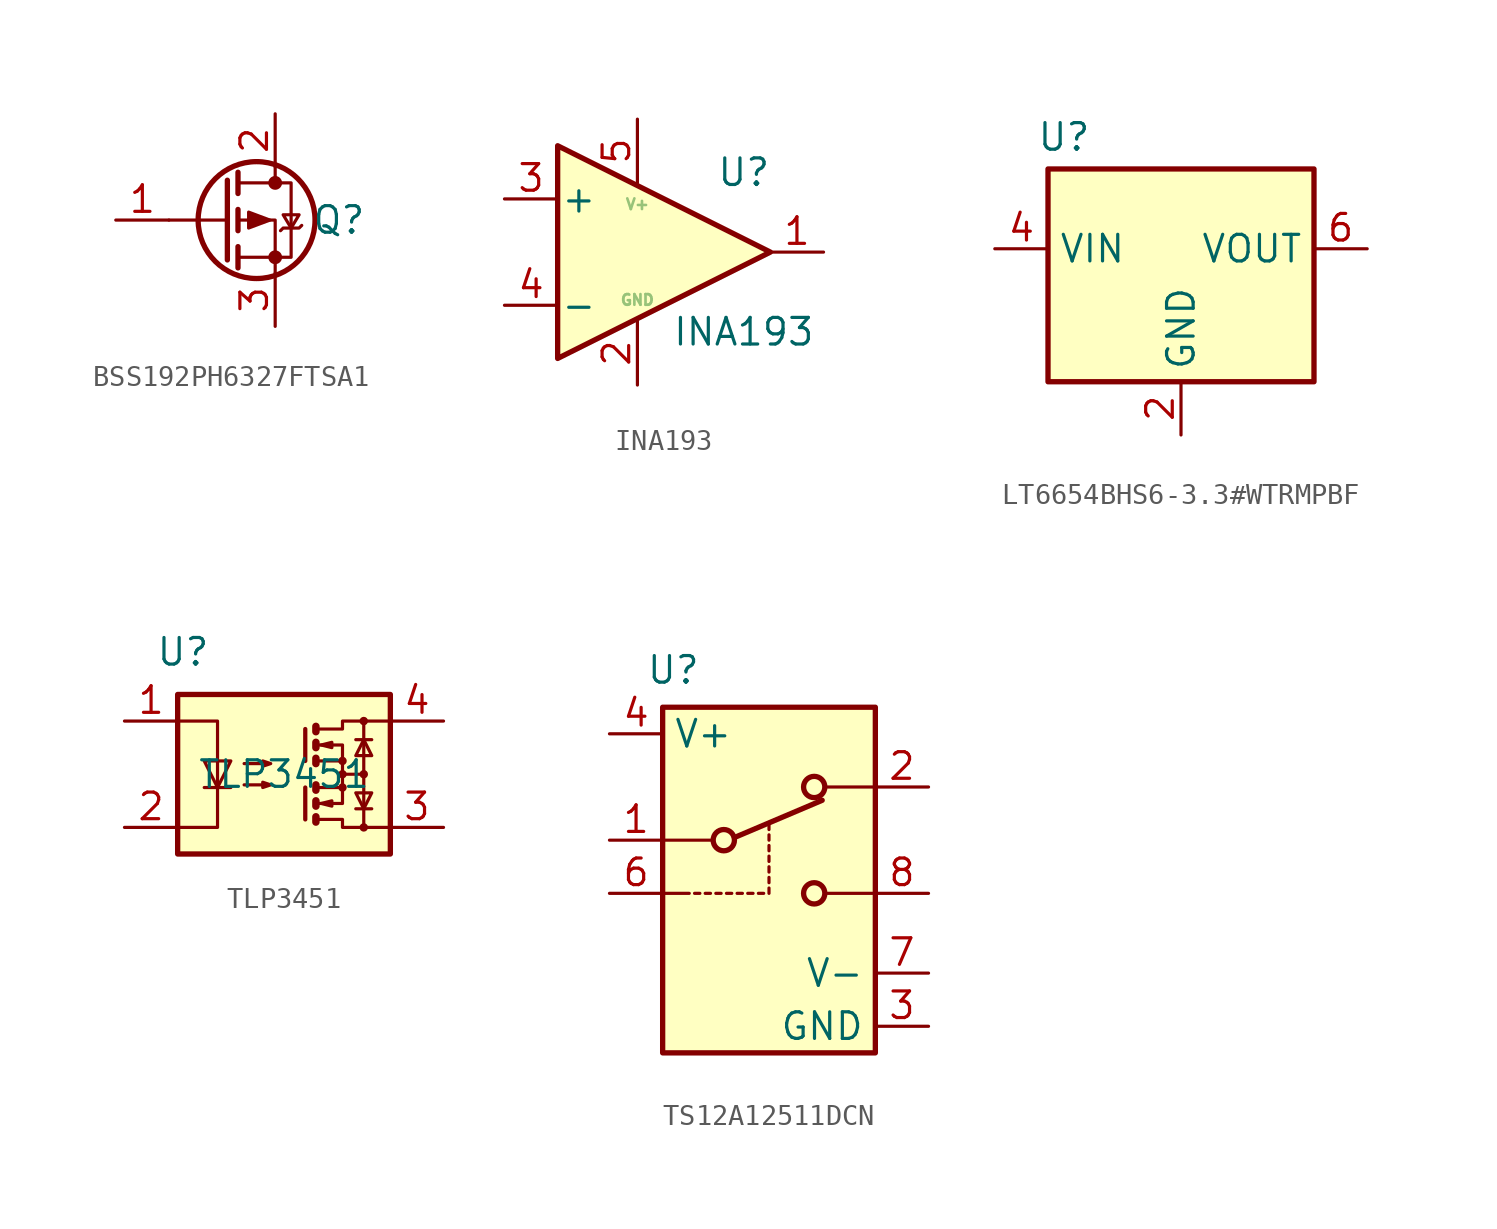
<source format=kicad_sym>
(kicad_symbol_lib
  (version 20241209)
  (generator "kicad_symbol_editor")
  (generator_version "9.0")
  (symbol "BSS192PH6327FTSA1"
    (property "Reference" "Q"
      (at 3.048 0 0)
      (effects (font (size 1.27 1.27))))
    (symbol "BSS192PH6327FTSA1_0_1"
      (polyline (pts (xy -2.286 1.905) (xy -2.286 -1.905)) (stroke (width 0.254) (type default)) (fill (type none)))
      (polyline (pts (xy -2.286 0) (xy -5.08 0)) (stroke (width 0) (type default)) (fill (type none)))
      (polyline (pts (xy -1.778 2.286) (xy -1.778 1.27)) (stroke (width 0.254) (type default)) (fill (type none)))
      (polyline (pts (xy -1.778 1.778) (xy 0.762 1.778) (xy 0.762 -1.778) (xy -1.778 -1.778)) (stroke (width 0) (type default)) (fill (type none)))
      (polyline (pts (xy -1.778 0.508) (xy -1.778 -0.508)) (stroke (width 0.254) (type default)) (fill (type none)))
      (polyline (pts (xy -1.778 -1.27) (xy -1.778 -2.286)) (stroke (width 0.254) (type default)) (fill (type none)))
      (circle (center -0.889 0) (radius 2.794) (stroke (width 0.254) (type default)) (fill (type none)))
      (polyline (pts (xy -0.254 0) (xy -1.27 0.381) (xy -1.27 -0.381) (xy -0.254 0)) (stroke (width 0) (type default)) (fill (type outline)))
      (polyline (pts (xy 0 2.54) (xy 0 1.778)) (stroke (width 0) (type default)) (fill (type none)))
      (circle (center 0 1.778) (radius 0.254) (stroke (width 0) (type default)) (fill (type outline)))
      (circle (center 0 -1.778) (radius 0.254) (stroke (width 0) (type default)) (fill (type outline)))
      (polyline (pts (xy 0 -2.54) (xy 0 0) (xy -1.778 0)) (stroke (width 0) (type default)) (fill (type none)))
      (polyline (pts (xy 0.254 -0.508) (xy 0.381 -0.381) (xy 1.143 -0.381) (xy 1.27 -0.254)) (stroke (width 0) (type default)) (fill (type none)))
      (polyline (pts (xy 0.762 -0.381) (xy 0.381 0.254) (xy 1.143 0.254) (xy 0.762 -0.381)) (stroke (width 0) (type default)) (fill (type none))))
    (symbol "BSS192PH6327FTSA1_1_1"
      (pin input line (at -7.62 0 0) (length 2.54) (name "" (effects (font (size 1.27 1.27)))) (number "1" (effects (font (size 1.27 1.27)))))
      (pin passive line (at 0 5.08 270) (length 2.54) (name "" (effects (font (size 1.27 1.27)))) (number "2" (effects (font (size 1.27 1.27)))))
      (pin passive line (at 0 -5.08 90) (length 2.54) (name "" (effects (font (size 1.27 1.27)))) (number "3" (effects (font (size 1.27 1.27)))))))
  (symbol "INA193"
    (pin_names
      (offset 0.127))
    (property "Reference" "U"
      (at 5.08 3.81 0)
      (effects (font (size 1.27 1.27))))
    (property "Value" "INA193"
      (at 5.08 -3.81 0)
      (effects (font (size 1.27 1.27))))
    (symbol "INA193_0_1"
      (polyline (pts (xy 6.35 0) (xy -3.81 5.08) (xy -3.81 -5.08) (xy 6.35 0)) (stroke (width 0.254) (type default)) (fill (type background))))
    (symbol "INA193_1_1"
      (text "V+" (at 0 2.286 0) (effects (font (size 0.508 0.508) (color 152 195 121 1))))
      (text "GND" (at 0 -2.286 0) (effects (font (size 0.508 0.508) (color 152 195 121 1))))
      (pin input line (at -6.35 2.54 0) (length 2.54) (name "+" (effects (font (size 1.27 1.27)))) (number "3" (effects (font (size 1.27 1.27)))))
      (pin input line (at -6.35 -2.54 0) (length 2.54) (name "-" (effects (font (size 1.27 1.27)))) (number "4" (effects (font (size 1.27 1.27)))))
      (pin power_in line (at 0 6.35 270) (length 3.048) (name "" (effects (font (size 1.27 1.27)))) (number "5" (effects (font (size 1.27 1.27)))))
      (pin power_in line (at 0 -6.35 90) (length 3.048) (name "" (effects (font (size 1.27 1.27)))) (number "2" (effects (font (size 1.27 1.27)))))
      (pin output line (at 8.89 0 180) (length 2.54) (name "~" (effects (font (size 1.27 1.27)))) (number "1" (effects (font (size 1.27 1.27)))))))
  (symbol "LT6654BHS6-3.3#WTRMPBF"
    (property "Reference" "U"
      (at -5.588 6.604 0)
      (effects (font (size 1.27 1.27))))
    (symbol "LT6654BHS6-3.3#WTRMPBF_0_1"
      (rectangle (start -6.35 5.08) (end 6.35 -5.08) (stroke (width 0.254) (type default)) (fill (type background))))
    (symbol "LT6654BHS6-3.3#WTRMPBF_1_1"
      (pin power_in line (at -8.89 1.27 0) (length 2.54) (name "VIN" (effects (font (size 1.27 1.27)))) (number "4" (effects (font (size 1.27 1.27)))))
      (pin power_in line (at 0 -7.62 90) (length 2.54) (hide yes) (name "GND" (effects (font (size 1.27 1.27)))) (number "1" (effects (font (size 1.27 1.27)))))
      (pin power_in line (at 0 -7.62 90) (length 2.54) (name "GND" (effects (font (size 1.27 1.27)))) (number "2" (effects (font (size 1.27 1.27)))))
      (pin no_connect line (at 2.54 -7.62 90) (length 2.54) (hide yes) (name "DNC" (effects (font (size 1.27 1.27)))) (number "5" (effects (font (size 1.27 1.27)))))
      (pin no_connect line (at 3.81 -7.62 90) (length 2.54) (hide yes) (name "DNC1" (effects (font (size 1.27 1.27)))) (number "3" (effects (font (size 1.27 1.27)))))
      (pin power_out line (at 8.89 1.27 180) (length 2.54) (name "VOUT" (effects (font (size 1.27 1.27)))) (number "6" (effects (font (size 1.27 1.27)))))))
  (symbol "TLP3451"
    (property "Reference" "U"
      (at -4.826 5.842 0)
      (effects (font (size 1.27 1.27))))
    (property "Value" "TLP3451"
      (at 0 0 0)
      (effects (font (size 1.27 1.27))))
    (symbol "TLP3451_0_1"
      (rectangle (start -5.08 3.81) (end 5.08 -3.81) (stroke (width 0.254) (type default)) (fill (type background)))
      (polyline (pts (xy -5.08 2.54) (xy -3.175 2.54) (xy -3.175 -2.54) (xy -5.08 -2.54)) (stroke (width 0) (type default)) (fill (type none)))
      (polyline (pts (xy -3.81 -0.635) (xy -2.54 -0.635)) (stroke (width 0) (type default)) (fill (type none)))
      (polyline (pts (xy -3.175 -0.635) (xy -3.81 0.635) (xy -2.54 0.635) (xy -3.175 -0.635)) (stroke (width 0) (type default)) (fill (type none)))
      (polyline (pts (xy -1.905 0.508) (xy -0.635 0.508) (xy -1.016 0.381) (xy -1.016 0.635) (xy -0.635 0.508)) (stroke (width 0) (type default)) (fill (type none)))
      (polyline (pts (xy -1.905 -0.508) (xy -0.635 -0.508) (xy -1.016 -0.635) (xy -1.016 -0.381) (xy -0.635 -0.508)) (stroke (width 0) (type default)) (fill (type none)))
      (polyline (pts (xy 1.016 2.159) (xy 1.016 0.635)) (stroke (width 0.203) (type default)) (fill (type none)))
      (polyline (pts (xy 1.016 -0.635) (xy 1.016 -2.159)) (stroke (width 0.203) (type default)) (fill (type none)))
      (polyline (pts (xy 1.524 2.286) (xy 1.524 2.032) (xy 1.524 2.032)) (stroke (width 0.356) (type default)) (fill (type none)))
      (polyline (pts (xy 1.524 1.524) (xy 1.524 1.27) (xy 1.524 1.27)) (stroke (width 0.356) (type default)) (fill (type none)))
      (polyline (pts (xy 1.524 0.762) (xy 1.524 0.508) (xy 1.524 0.508)) (stroke (width 0.356) (type default)) (fill (type none)))
      (polyline (pts (xy 1.524 -0.508) (xy 1.524 -0.762)) (stroke (width 0.356) (type default)) (fill (type none)))
      (polyline (pts (xy 1.524 -1.27) (xy 1.524 -1.524) (xy 1.524 -1.524)) (stroke (width 0.356) (type default)) (fill (type none)))
      (polyline (pts (xy 1.524 -2.032) (xy 1.524 -2.286) (xy 1.524 -2.286)) (stroke (width 0.356) (type default)) (fill (type none)))
      (polyline (pts (xy 1.651 2.159) (xy 2.794 2.159) (xy 2.794 2.54) (xy 5.08 2.54)) (stroke (width 0) (type default)) (fill (type none)))
      (polyline (pts (xy 1.651 1.397) (xy 2.794 1.397) (xy 2.794 0.635)) (stroke (width 0) (type default)) (fill (type none)))
      (polyline (pts (xy 1.651 -0.635) (xy 2.794 -0.635) (xy 2.794 0.635) (xy 1.651 0.635)) (stroke (width 0) (type default)) (fill (type none)))
      (polyline (pts (xy 1.651 -1.397) (xy 2.794 -1.397) (xy 2.794 -0.635)) (stroke (width 0) (type default)) (fill (type none)))
      (polyline (pts (xy 1.651 -2.159) (xy 2.794 -2.159) (xy 2.794 -2.54) (xy 5.08 -2.54)) (stroke (width 0) (type default)) (fill (type none)))
      (polyline (pts (xy 1.778 1.397) (xy 2.286 1.524) (xy 2.286 1.27) (xy 1.778 1.397)) (stroke (width 0) (type default)) (fill (type none)))
      (polyline (pts (xy 1.778 -1.397) (xy 2.286 -1.27) (xy 2.286 -1.524) (xy 1.778 -1.397)) (stroke (width 0) (type default)) (fill (type none)))
      (circle (center 2.794 0.635) (radius 0.127) (stroke (width 0) (type default)) (fill (type none)))
      (polyline (pts (xy 2.794 0) (xy 3.81 0)) (stroke (width 0) (type default)) (fill (type none)))
      (circle (center 2.794 0) (radius 0.127) (stroke (width 0) (type default)) (fill (type none)))
      (circle (center 2.794 -0.635) (radius 0.127) (stroke (width 0) (type default)) (fill (type none)))
      (polyline (pts (xy 3.429 1.651) (xy 4.191 1.651)) (stroke (width 0) (type default)) (fill (type none)))
      (polyline (pts (xy 3.429 -1.651) (xy 4.191 -1.651)) (stroke (width 0) (type default)) (fill (type none)))
      (circle (center 3.81 2.54) (radius 0.127) (stroke (width 0) (type default)) (fill (type none)))
      (polyline (pts (xy 3.81 1.651) (xy 3.429 0.889) (xy 4.191 0.889) (xy 3.81 1.651)) (stroke (width 0) (type default)) (fill (type none)))
      (circle (center 3.81 0) (radius 0.127) (stroke (width 0) (type default)) (fill (type none)))
      (polyline (pts (xy 3.81 -1.651) (xy 3.429 -0.889) (xy 4.191 -0.889) (xy 3.81 -1.651)) (stroke (width 0) (type default)) (fill (type none)))
      (polyline (pts (xy 3.81 -2.54) (xy 3.81 2.54)) (stroke (width 0) (type default)) (fill (type none)))
      (circle (center 3.81 -2.54) (radius 0.127) (stroke (width 0) (type default)) (fill (type none))))
    (symbol "TLP3451_1_1"
      (pin passive line (at -7.62 2.54 0) (length 2.54) (name "~" (effects (font (size 1.27 1.27)))) (number "1" (effects (font (size 1.27 1.27)))))
      (pin passive line (at -7.62 -2.54 0) (length 2.54) (name "~" (effects (font (size 1.27 1.27)))) (number "2" (effects (font (size 1.27 1.27)))))
      (pin passive line (at 7.62 2.54 180) (length 2.54) (name "~" (effects (font (size 1.27 1.27)))) (number "4" (effects (font (size 1.27 1.27)))))
      (pin passive line (at 7.62 -2.54 180) (length 2.54) (name "~" (effects (font (size 1.27 1.27)))) (number "3" (effects (font (size 1.27 1.27)))))))
  (symbol "TS12A12511DCN"
    (property "Reference" "U"
      (at -4.572 8.128 0)
      (effects (font (size 1.27 1.27))))
    (symbol "TS12A12511DCN_1_1"
      (rectangle (start -5.08 6.35) (end 5.08 -10.16) (stroke (width 0.254) (type default)) (fill (type background)))
      (polyline (pts (xy -5.08 0) (xy -2.794 0)) (stroke (width 0) (type default)) (fill (type none)))
      (polyline (pts (xy -5.08 -2.54) (xy -3.81 -2.54)) (stroke (width 0) (type default)) (fill (type none)))
      (polyline (pts (xy -3.302 -2.54) (xy -3.556 -2.54)) (stroke (width 0) (type default)) (fill (type none)))
      (polyline (pts (xy -2.794 -2.54) (xy -3.048 -2.54)) (stroke (width 0) (type default)) (fill (type none)))
      (polyline (pts (xy -2.54 -2.54) (xy -2.286 -2.54)) (stroke (width 0) (type default)) (fill (type none)))
      (circle (center -2.159 0) (radius 0.508) (stroke (width 0.254) (type default)) (fill (type none)))
      (polyline (pts (xy -1.778 -2.54) (xy -2.032 -2.54)) (stroke (width 0) (type default)) (fill (type none)))
      (polyline (pts (xy -1.651 0.127) (xy 2.54 1.905)) (stroke (width 0.254) (type default)) (fill (type none)))
      (polyline (pts (xy -1.27 -2.54) (xy -1.524 -2.54)) (stroke (width 0) (type default)) (fill (type none)))
      (polyline (pts (xy -0.762 -2.54) (xy -1.016 -2.54)) (stroke (width 0) (type default)) (fill (type none)))
      (polyline (pts (xy -0.254 -2.54) (xy -0.508 -2.54)) (stroke (width 0) (type default)) (fill (type none)))
      (polyline (pts (xy 0 0.508) (xy 0 0.762)) (stroke (width 0) (type default)) (fill (type none)))
      (polyline (pts (xy 0 0) (xy 0 0.254)) (stroke (width 0) (type default)) (fill (type none)))
      (polyline (pts (xy 0 -0.508) (xy 0 -0.254)) (stroke (width 0) (type default)) (fill (type none)))
      (polyline (pts (xy 0 -1.016) (xy 0 -0.762)) (stroke (width 0) (type default)) (fill (type none)))
      (polyline (pts (xy 0 -1.524) (xy 0 -1.27)) (stroke (width 0) (type default)) (fill (type none)))
      (polyline (pts (xy 0 -2.032) (xy 0 -1.778)) (stroke (width 0) (type default)) (fill (type none)))
      (polyline (pts (xy 0 -2.54) (xy 0 -2.286)) (stroke (width 0) (type default)) (fill (type none)))
      (circle (center 2.159 2.54) (radius 0.508) (stroke (width 0.254) (type default)) (fill (type none)))
      (circle (center 2.159 -2.54) (radius 0.508) (stroke (width 0.254) (type default)) (fill (type none)))
      (polyline (pts (xy 5.08 2.54) (xy 2.794 2.54)) (stroke (width 0) (type default)) (fill (type none)))
      (polyline (pts (xy 5.08 -2.54) (xy 2.794 -2.54)) (stroke (width 0) (type default)) (fill (type none)))
      (pin input line (at -7.62 5.08 0) (length 2.54) (name "V+" (effects (font (size 1.27 1.27)))) (number "4" (effects (font (size 1.27 1.27)))))
      (pin input line (at -7.62 0 0) (length 2.54) (name "" (effects (font (size 1.27 1.27)))) (number "1" (effects (font (size 1.27 1.27)))))
      (pin input line (at -7.62 -2.54 0) (length 2.54) (name "" (effects (font (size 1.27 1.27)))) (number "6" (effects (font (size 1.27 1.27)))))
      (pin no_connect line (at -7.62 -8.89 0) (length 2.54) (hide yes) (name "~" (effects (font (size 1.27 1.27)))) (number "5" (effects (font (size 1.27 1.27)))))
      (pin passive line (at 7.62 2.54 180) (length 2.54) (name "~" (effects (font (size 1.27 1.27)))) (number "2" (effects (font (size 1.27 1.27)))))
      (pin passive line (at 7.62 -2.54 180) (length 2.54) (name "~" (effects (font (size 1.27 1.27)))) (number "8" (effects (font (size 1.27 1.27)))))
      (pin input line (at 7.62 -6.35 180) (length 2.54) (name "V-" (effects (font (size 1.27 1.27)))) (number "7" (effects (font (size 1.27 1.27)))))
      (pin passive line (at 7.62 -8.89 180) (length 2.54) (name "GND" (effects (font (size 1.27 1.27)))) (number "3" (effects (font (size 1.27 1.27))))))))
</source>
